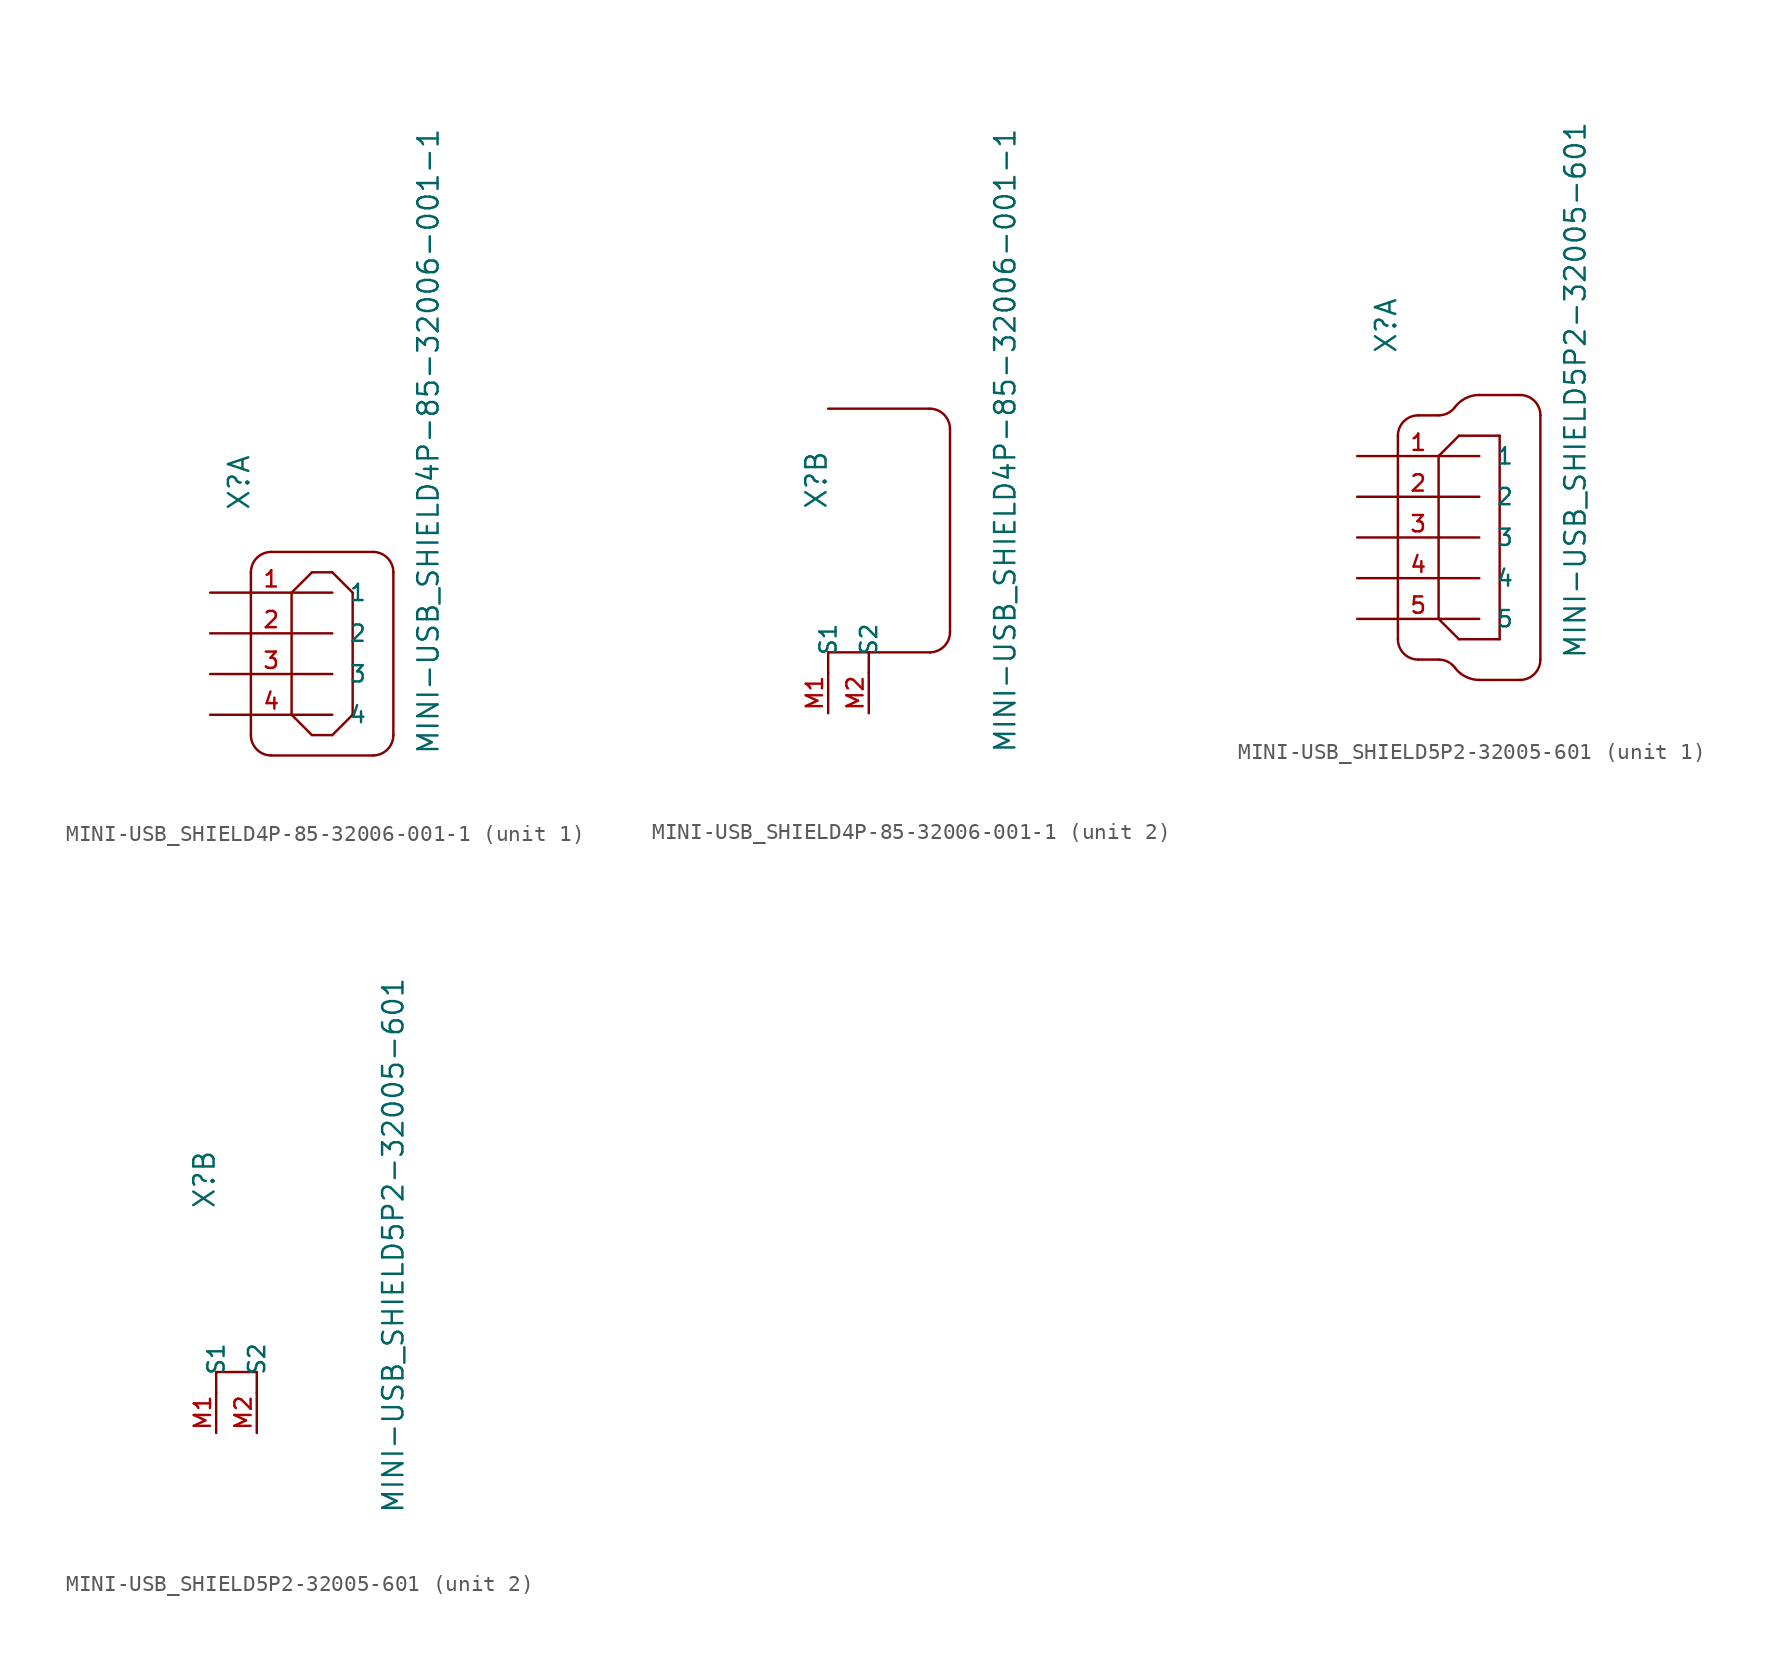
<source format=kicad_sym>
(kicad_symbol_lib
  (version 20211014)
  (generator kicad_symbol_editor)
  (symbol "MINI-USB_SHIELD4P-85-32006-001-1"
    (pin_names
      (offset 1.016))
    (property "Reference" "X"
      (at -2.54 10.16 90)
      (effects (font (size 1.27 1.27)) (justify left bottom)))
    (property "Value" "MINI-USB_SHIELD4P-85-32006-001-1"
      (at 9.271 -5.08 90)
      (effects (font (size 1.27 1.27)) (justify left bottom)))
    (property "Datasheet" ""
      (at 0 0 0)
      (effects (font (size 1.524 1.524))))
    (property "ki_locked" ""
      (at 0 0 0)
      (effects (font (size 1.27 1.27))))
    (symbol "MINI-USB_SHIELD4P-85-32006-001-1_1_0"
      (polyline (pts (xy -2.54 6.35) (xy -2.54 -3.81)) (stroke (width 0) (type default) (color 0 0 0 0)) (fill (type none)))
      (polyline (pts (xy -1.27 -5.08) (xy 5.08 -5.08)) (stroke (width 0) (type default) (color 0 0 0 0)) (fill (type none)))
      (polyline (pts (xy -1.27 7.62) (xy 5.08 7.62)) (stroke (width 0) (type default) (color 0 0 0 0)) (fill (type none)))
      (polyline (pts (xy 0 -2.54) (xy 1.27 -3.81)) (stroke (width 0) (type default) (color 0 0 0 0)) (fill (type none)))
      (polyline (pts (xy 0 5.08) (xy 0 -2.54)) (stroke (width 0) (type default) (color 0 0 0 0)) (fill (type none)))
      (polyline (pts (xy 1.27 -3.81) (xy 2.54 -3.81)) (stroke (width 0) (type default) (color 0 0 0 0)) (fill (type none)))
      (polyline (pts (xy 1.27 6.35) (xy 0 5.08)) (stroke (width 0) (type default) (color 0 0 0 0)) (fill (type none)))
      (polyline (pts (xy 2.54 -3.81) (xy 3.81 -2.54)) (stroke (width 0) (type default) (color 0 0 0 0)) (fill (type none)))
      (polyline (pts (xy 2.54 6.35) (xy 1.27 6.35)) (stroke (width 0) (type default) (color 0 0 0 0)) (fill (type none)))
      (polyline (pts (xy 2.54 6.35) (xy 3.81 5.08)) (stroke (width 0) (type default) (color 0 0 0 0)) (fill (type none)))
      (polyline (pts (xy 3.81 -2.54) (xy 3.81 5.08)) (stroke (width 0) (type default) (color 0 0 0 0)) (fill (type none)))
      (polyline (pts (xy 6.35 -3.81) (xy 6.35 6.35)) (stroke (width 0) (type default) (color 0 0 0 0)) (fill (type none))))
    (symbol "MINI-USB_SHIELD4P-85-32006-001-1_1_1"
      (arc (start -2.54 -3.81) (mid -2.168 -4.708) (end -1.27 -5.08) (stroke (width 0) (type default) (color 0 0 0 0)) (fill (type none)))
      (arc (start -1.27 7.62) (mid -2.168 7.248) (end -2.54 6.35) (stroke (width 0) (type default) (color 0 0 0 0)) (fill (type none)))
      (arc (start 5.08 -5.08) (mid 5.978 -4.708) (end 6.35 -3.81) (stroke (width 0) (type default) (color 0 0 0 0)) (fill (type none)))
      (arc (start 6.35 6.35) (mid 5.978 7.248) (end 5.08 7.62) (stroke (width 0) (type default) (color 0 0 0 0)) (fill (type none)))
      (pin passive line (at -5.08 5.08 0) (length 7.62) (name "1" (effects (font (size 1.016 1.016)))) (number "1" (effects (font (size 1.016 1.016)))))
      (pin passive line (at -5.08 2.54 0) (length 7.62) (name "2" (effects (font (size 1.016 1.016)))) (number "2" (effects (font (size 1.016 1.016)))))
      (pin passive line (at -5.08 0 0) (length 7.62) (name "3" (effects (font (size 1.016 1.016)))) (number "3" (effects (font (size 1.016 1.016)))))
      (pin passive line (at -5.08 -2.54 0) (length 7.62) (name "4" (effects (font (size 1.016 1.016)))) (number "4" (effects (font (size 1.016 1.016))))))
    (symbol "MINI-USB_SHIELD4P-85-32006-001-1_2_0"
      (polyline (pts (xy -2.54 0) (xy -2.54 1.27)) (stroke (width 0) (type default) (color 0 0 0 0)) (fill (type none)))
      (polyline (pts (xy -2.54 1.27) (xy 0 1.27)) (stroke (width 0) (type default) (color 0 0 0 0)) (fill (type none)))
      (polyline (pts (xy -2.54 16.51) (xy 3.81 16.51)) (stroke (width 0) (type default) (color 0 0 0 0)) (fill (type none)))
      (polyline (pts (xy 0 0) (xy 0 1.27)) (stroke (width 0) (type default) (color 0 0 0 0)) (fill (type none)))
      (polyline (pts (xy 0 1.27) (xy 3.81 1.27)) (stroke (width 0) (type default) (color 0 0 0 0)) (fill (type none)))
      (polyline (pts (xy 5.08 2.54) (xy 5.08 15.24)) (stroke (width 0) (type default) (color 0 0 0 0)) (fill (type none))))
    (symbol "MINI-USB_SHIELD4P-85-32006-001-1_2_1"
      (arc (start 3.81 1.27) (mid 4.708 1.642) (end 5.08 2.54) (stroke (width 0) (type default) (color 0 0 0 0)) (fill (type none)))
      (arc (start 5.08 15.24) (mid 4.708 16.138) (end 3.81 16.51) (stroke (width 0) (type default) (color 0 0 0 0)) (fill (type none)))
      (pin passive line (at -2.54 -2.54 90) (length 2.54) (name "S1" (effects (font (size 1.016 1.016)))) (number "M1" (effects (font (size 1.016 1.016)))))
      (pin passive line (at 0 -2.54 90) (length 2.54) (name "S2" (effects (font (size 1.016 1.016)))) (number "M2" (effects (font (size 1.016 1.016)))))))
  (symbol "MINI-USB_SHIELD5P2-32005-601"
    (pin_names
      (offset 1.016))
    (property "Reference" "X"
      (at -2.54 11.43 90)
      (effects (font (size 1.27 1.27)) (justify left bottom)))
    (property "Value" "MINI-USB_SHIELD5P2-32005-601"
      (at 9.271 -7.62 90)
      (effects (font (size 1.27 1.27)) (justify left bottom)))
    (property "Datasheet" ""
      (at 0 0 0)
      (effects (font (size 1.524 1.524))))
    (property "ki_locked" ""
      (at 0 0 0)
      (effects (font (size 1.27 1.27))))
    (symbol "MINI-USB_SHIELD5P2-32005-601_1_0"
      (polyline (pts (xy -2.54 6.35) (xy -2.54 -6.35)) (stroke (width 0) (type default) (color 0 0 0 0)) (fill (type none)))
      (polyline (pts (xy -1.27 -7.62) (xy 0 -7.62)) (stroke (width 0) (type default) (color 0 0 0 0)) (fill (type none)))
      (polyline (pts (xy -1.27 7.62) (xy 0 7.62)) (stroke (width 0) (type default) (color 0 0 0 0)) (fill (type none)))
      (polyline (pts (xy 0 -5.08) (xy 1.27 -6.35)) (stroke (width 0) (type default) (color 0 0 0 0)) (fill (type none)))
      (polyline (pts (xy 0 5.08) (xy 0 -5.08)) (stroke (width 0) (type default) (color 0 0 0 0)) (fill (type none)))
      (polyline (pts (xy 1.27 -6.35) (xy 3.81 -6.35)) (stroke (width 0) (type default) (color 0 0 0 0)) (fill (type none)))
      (polyline (pts (xy 1.27 6.35) (xy 0 5.08)) (stroke (width 0) (type default) (color 0 0 0 0)) (fill (type none)))
      (polyline (pts (xy 2.54 -8.89) (xy 5.08 -8.89)) (stroke (width 0) (type default) (color 0 0 0 0)) (fill (type none)))
      (polyline (pts (xy 2.54 8.89) (xy 5.08 8.89)) (stroke (width 0) (type default) (color 0 0 0 0)) (fill (type none)))
      (polyline (pts (xy 3.81 -6.35) (xy 3.81 6.35)) (stroke (width 0) (type default) (color 0 0 0 0)) (fill (type none)))
      (polyline (pts (xy 3.81 6.35) (xy 1.27 6.35)) (stroke (width 0) (type default) (color 0 0 0 0)) (fill (type none)))
      (polyline (pts (xy 6.35 -7.62) (xy 6.35 7.62)) (stroke (width 0) (type default) (color 0 0 0 0)) (fill (type none))))
    (symbol "MINI-USB_SHIELD5P2-32005-601_1_1"
      (arc (start -2.54 -6.35) (mid -2.168 -7.248) (end -1.27 -7.62) (stroke (width 0) (type default) (color 0 0 0 0)) (fill (type none)))
      (arc (start -1.27 7.62) (mid -2.168 7.248) (end -2.54 6.35) (stroke (width 0) (type default) (color 0 0 0 0)) (fill (type none)))
      (arc (start 0 7.62) (mid 0.568 7.7541) (end 1.016 8.128) (stroke (width 0) (type default) (color 0 0 0 0)) (fill (type none)))
      (arc (start 1.016 -8.128) (mid 0.568 -7.7541) (end 0 -7.62) (stroke (width 0) (type default) (color 0 0 0 0)) (fill (type none)))
      (arc (start 1.016 -8.128) (mid 1.6881 -8.6889) (end 2.54 -8.89) (stroke (width 0) (type default) (color 0 0 0 0)) (fill (type none)))
      (arc (start 2.54 8.89) (mid 1.6881 8.6889) (end 1.016 8.128) (stroke (width 0) (type default) (color 0 0 0 0)) (fill (type none)))
      (arc (start 5.08 -8.89) (mid 5.978 -8.518) (end 6.35 -7.62) (stroke (width 0) (type default) (color 0 0 0 0)) (fill (type none)))
      (arc (start 6.35 7.62) (mid 5.978 8.518) (end 5.08 8.89) (stroke (width 0) (type default) (color 0 0 0 0)) (fill (type none)))
      (pin passive line (at -5.08 5.08 0) (length 7.62) (name "1" (effects (font (size 1.016 1.016)))) (number "1" (effects (font (size 1.016 1.016)))))
      (pin passive line (at -5.08 2.54 0) (length 7.62) (name "2" (effects (font (size 1.016 1.016)))) (number "2" (effects (font (size 1.016 1.016)))))
      (pin passive line (at -5.08 0 0) (length 7.62) (name "3" (effects (font (size 1.016 1.016)))) (number "3" (effects (font (size 1.016 1.016)))))
      (pin passive line (at -5.08 -2.54 0) (length 7.62) (name "4" (effects (font (size 1.016 1.016)))) (number "4" (effects (font (size 1.016 1.016)))))
      (pin passive line (at -5.08 -5.08 0) (length 7.62) (name "5" (effects (font (size 1.016 1.016)))) (number "5" (effects (font (size 1.016 1.016))))))
    (symbol "MINI-USB_SHIELD5P2-32005-601_2_0"
      (polyline (pts (xy -2.54 0) (xy -2.54 1.27)) (stroke (width 0) (type default) (color 0 0 0 0)) (fill (type none)))
      (polyline (pts (xy -2.54 1.27) (xy 0 1.27)) (stroke (width 0) (type default) (color 0 0 0 0)) (fill (type none)))
      (polyline (pts (xy 0 0) (xy 0 1.27)) (stroke (width 0) (type default) (color 0 0 0 0)) (fill (type none))))
    (symbol "MINI-USB_SHIELD5P2-32005-601_2_1"
      (pin passive line (at -2.54 -2.54 90) (length 2.54) (name "S1" (effects (font (size 1.016 1.016)))) (number "M1" (effects (font (size 1.016 1.016)))))
      (pin passive line (at 0 -2.54 90) (length 2.54) (name "S2" (effects (font (size 1.016 1.016)))) (number "M2" (effects (font (size 1.016 1.016))))))))
</source>
